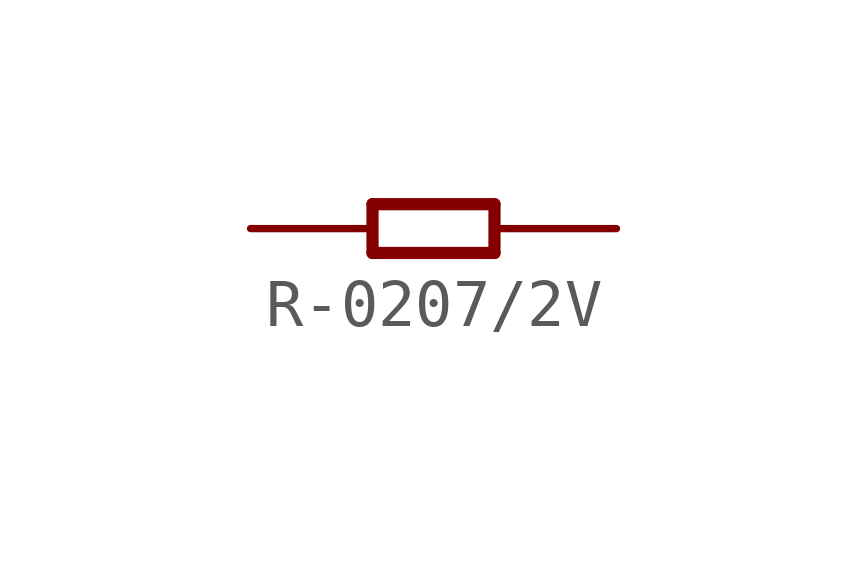
<source format=kicad_sym>
(kicad_symbol_lib
  (version 20220914)
  (generator kicad_symbol_editor)
  (symbol "R-0207/2V"
    (property "Reference" "R"
      (at -3.81 0 0)
      (effects (font (size 1.27 1.079)) (justify left bottom) hide))
    (property "ki_locked" ""
      (at 0 0 0)
      (effects (font (size 1.27 1.27))))
    (symbol "R-0207/2V_1_0"
      (polyline (pts (xy -1.27 -0.508) (xy -1.27 0.508)) (stroke (width 0.254) (type solid)) (fill (type none)))
      (polyline (pts (xy -1.27 0.508) (xy 1.27 0.508)) (stroke (width 0.254) (type solid)) (fill (type none)))
      (polyline (pts (xy 1.27 -0.508) (xy -1.27 -0.508)) (stroke (width 0.254) (type solid)) (fill (type none)))
      (polyline (pts (xy 1.27 0.508) (xy 1.27 -0.508)) (stroke (width 0.254) (type solid)) (fill (type none)))
      (pin passive line (at -3.81 0 0) (length 2.54) (name "1" (effects (font (size 0 0)))) (number "1" (effects (font (size 0 0)))))
      (pin passive line (at 3.81 0 180) (length 2.54) (name "2" (effects (font (size 0 0)))) (number "2" (effects (font (size 0 0))))))))
</source>
